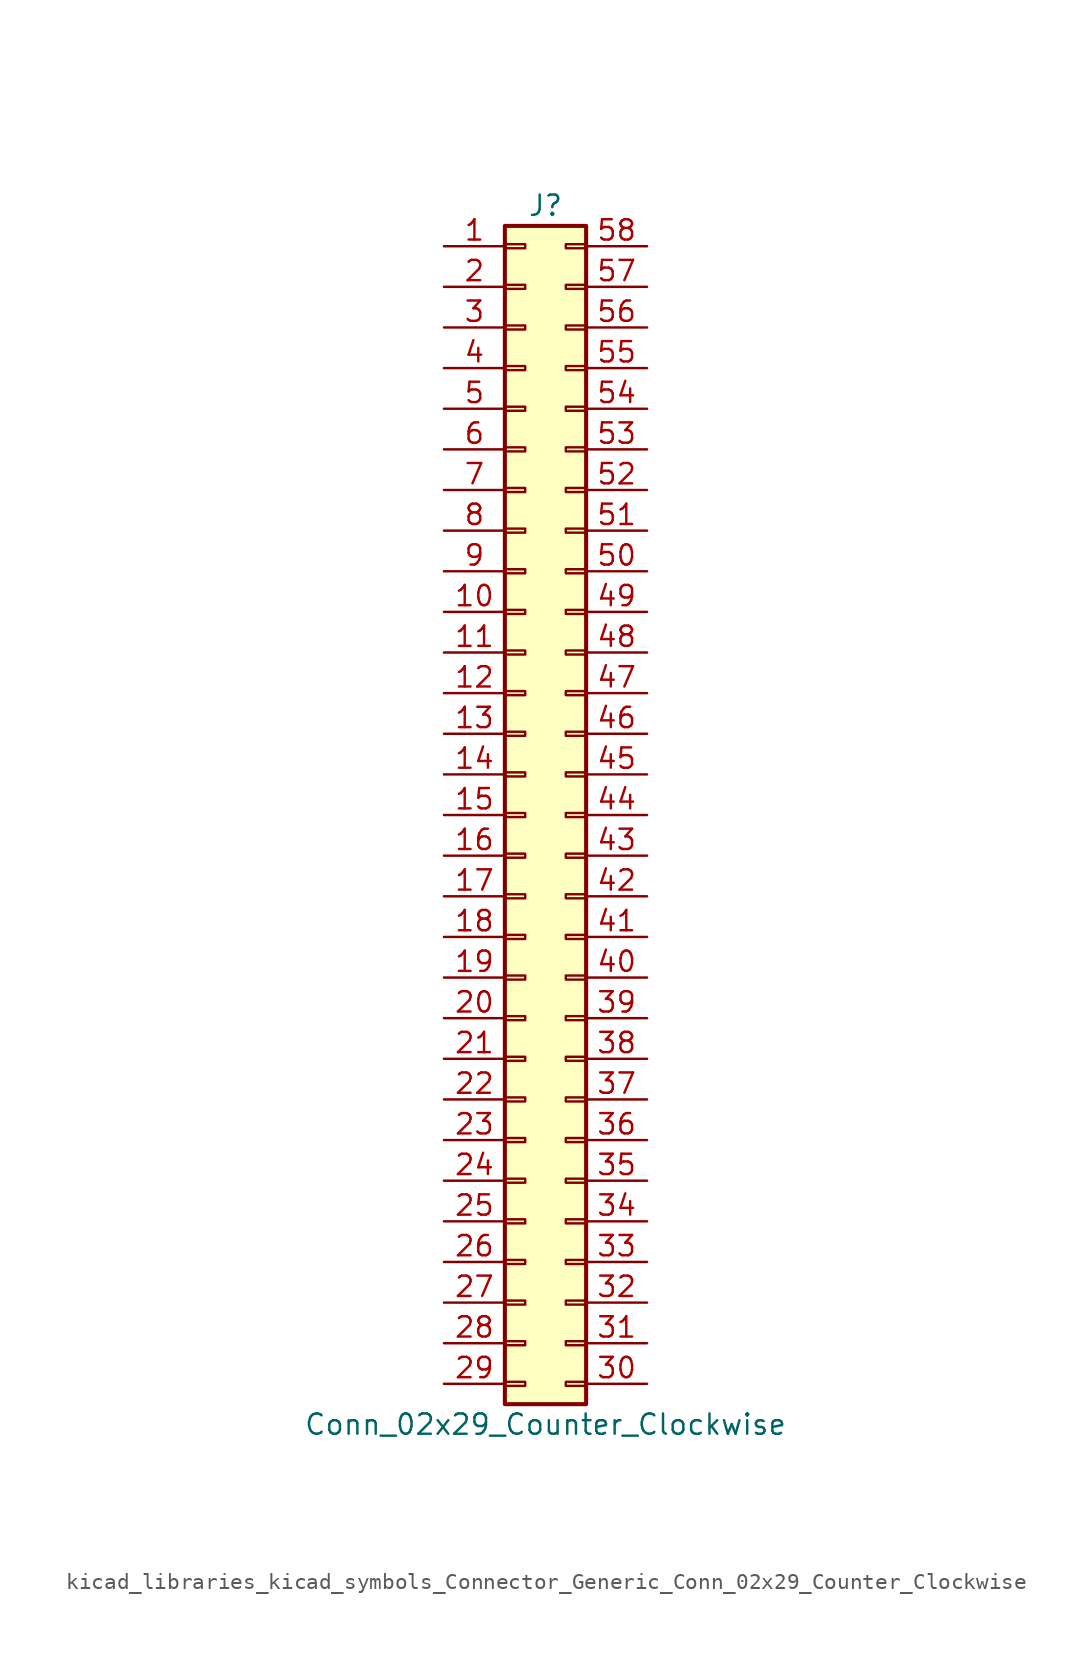
<source format=kicad_sym>
(kicad_symbol_lib
  (version 20220914)
  (generator kicad_symbol_editor)
  (symbol "kicad_libraries_kicad_symbols_Connector_Generic_Conn_02x29_Counter_Clockwise"
    (pin_names
      (offset 1.016) hide)
    (property "Reference" "J"
      (at 1.27 38.1 0)
      (effects (font (size 1.27 1.27))))
    (property "Value" "Conn_02x29_Counter_Clockwise"
      (at 1.27 -38.1 0)
      (effects (font (size 1.27 1.27))))
    (symbol "kicad_libraries_kicad_symbols_Connector_Generic_Conn_02x29_Counter_Clockwise_1_1"
      (rectangle (start -1.27 -35.433) (end 0 -35.687) (stroke (width 0.152) (type default)) (fill (type none)))
      (rectangle (start -1.27 -32.893) (end 0 -33.147) (stroke (width 0.152) (type default)) (fill (type none)))
      (rectangle (start -1.27 -30.353) (end 0 -30.607) (stroke (width 0.152) (type default)) (fill (type none)))
      (rectangle (start -1.27 -27.813) (end 0 -28.067) (stroke (width 0.152) (type default)) (fill (type none)))
      (rectangle (start -1.27 -25.273) (end 0 -25.527) (stroke (width 0.152) (type default)) (fill (type none)))
      (rectangle (start -1.27 -22.733) (end 0 -22.987) (stroke (width 0.152) (type default)) (fill (type none)))
      (rectangle (start -1.27 -20.193) (end 0 -20.447) (stroke (width 0.152) (type default)) (fill (type none)))
      (rectangle (start -1.27 -17.653) (end 0 -17.907) (stroke (width 0.152) (type default)) (fill (type none)))
      (rectangle (start -1.27 -15.113) (end 0 -15.367) (stroke (width 0.152) (type default)) (fill (type none)))
      (rectangle (start -1.27 -12.573) (end 0 -12.827) (stroke (width 0.152) (type default)) (fill (type none)))
      (rectangle (start -1.27 -10.033) (end 0 -10.287) (stroke (width 0.152) (type default)) (fill (type none)))
      (rectangle (start -1.27 -7.493) (end 0 -7.747) (stroke (width 0.152) (type default)) (fill (type none)))
      (rectangle (start -1.27 -4.953) (end 0 -5.207) (stroke (width 0.152) (type default)) (fill (type none)))
      (rectangle (start -1.27 -2.413) (end 0 -2.667) (stroke (width 0.152) (type default)) (fill (type none)))
      (rectangle (start -1.27 0.127) (end 0 -0.127) (stroke (width 0.152) (type default)) (fill (type none)))
      (rectangle (start -1.27 2.667) (end 0 2.413) (stroke (width 0.152) (type default)) (fill (type none)))
      (rectangle (start -1.27 5.207) (end 0 4.953) (stroke (width 0.152) (type default)) (fill (type none)))
      (rectangle (start -1.27 7.747) (end 0 7.493) (stroke (width 0.152) (type default)) (fill (type none)))
      (rectangle (start -1.27 10.287) (end 0 10.033) (stroke (width 0.152) (type default)) (fill (type none)))
      (rectangle (start -1.27 12.827) (end 0 12.573) (stroke (width 0.152) (type default)) (fill (type none)))
      (rectangle (start -1.27 15.367) (end 0 15.113) (stroke (width 0.152) (type default)) (fill (type none)))
      (rectangle (start -1.27 17.907) (end 0 17.653) (stroke (width 0.152) (type default)) (fill (type none)))
      (rectangle (start -1.27 20.447) (end 0 20.193) (stroke (width 0.152) (type default)) (fill (type none)))
      (rectangle (start -1.27 22.987) (end 0 22.733) (stroke (width 0.152) (type default)) (fill (type none)))
      (rectangle (start -1.27 25.527) (end 0 25.273) (stroke (width 0.152) (type default)) (fill (type none)))
      (rectangle (start -1.27 28.067) (end 0 27.813) (stroke (width 0.152) (type default)) (fill (type none)))
      (rectangle (start -1.27 30.607) (end 0 30.353) (stroke (width 0.152) (type default)) (fill (type none)))
      (rectangle (start -1.27 33.147) (end 0 32.893) (stroke (width 0.152) (type default)) (fill (type none)))
      (rectangle (start -1.27 35.687) (end 0 35.433) (stroke (width 0.152) (type default)) (fill (type none)))
      (rectangle (start -1.27 36.83) (end 3.81 -36.83) (stroke (width 0.254) (type default)) (fill (type background)))
      (rectangle (start 3.81 -35.433) (end 2.54 -35.687) (stroke (width 0.152) (type default)) (fill (type none)))
      (rectangle (start 3.81 -32.893) (end 2.54 -33.147) (stroke (width 0.152) (type default)) (fill (type none)))
      (rectangle (start 3.81 -30.353) (end 2.54 -30.607) (stroke (width 0.152) (type default)) (fill (type none)))
      (rectangle (start 3.81 -27.813) (end 2.54 -28.067) (stroke (width 0.152) (type default)) (fill (type none)))
      (rectangle (start 3.81 -25.273) (end 2.54 -25.527) (stroke (width 0.152) (type default)) (fill (type none)))
      (rectangle (start 3.81 -22.733) (end 2.54 -22.987) (stroke (width 0.152) (type default)) (fill (type none)))
      (rectangle (start 3.81 -20.193) (end 2.54 -20.447) (stroke (width 0.152) (type default)) (fill (type none)))
      (rectangle (start 3.81 -17.653) (end 2.54 -17.907) (stroke (width 0.152) (type default)) (fill (type none)))
      (rectangle (start 3.81 -15.113) (end 2.54 -15.367) (stroke (width 0.152) (type default)) (fill (type none)))
      (rectangle (start 3.81 -12.573) (end 2.54 -12.827) (stroke (width 0.152) (type default)) (fill (type none)))
      (rectangle (start 3.81 -10.033) (end 2.54 -10.287) (stroke (width 0.152) (type default)) (fill (type none)))
      (rectangle (start 3.81 -7.493) (end 2.54 -7.747) (stroke (width 0.152) (type default)) (fill (type none)))
      (rectangle (start 3.81 -4.953) (end 2.54 -5.207) (stroke (width 0.152) (type default)) (fill (type none)))
      (rectangle (start 3.81 -2.413) (end 2.54 -2.667) (stroke (width 0.152) (type default)) (fill (type none)))
      (rectangle (start 3.81 0.127) (end 2.54 -0.127) (stroke (width 0.152) (type default)) (fill (type none)))
      (rectangle (start 3.81 2.667) (end 2.54 2.413) (stroke (width 0.152) (type default)) (fill (type none)))
      (rectangle (start 3.81 5.207) (end 2.54 4.953) (stroke (width 0.152) (type default)) (fill (type none)))
      (rectangle (start 3.81 7.747) (end 2.54 7.493) (stroke (width 0.152) (type default)) (fill (type none)))
      (rectangle (start 3.81 10.287) (end 2.54 10.033) (stroke (width 0.152) (type default)) (fill (type none)))
      (rectangle (start 3.81 12.827) (end 2.54 12.573) (stroke (width 0.152) (type default)) (fill (type none)))
      (rectangle (start 3.81 15.367) (end 2.54 15.113) (stroke (width 0.152) (type default)) (fill (type none)))
      (rectangle (start 3.81 17.907) (end 2.54 17.653) (stroke (width 0.152) (type default)) (fill (type none)))
      (rectangle (start 3.81 20.447) (end 2.54 20.193) (stroke (width 0.152) (type default)) (fill (type none)))
      (rectangle (start 3.81 22.987) (end 2.54 22.733) (stroke (width 0.152) (type default)) (fill (type none)))
      (rectangle (start 3.81 25.527) (end 2.54 25.273) (stroke (width 0.152) (type default)) (fill (type none)))
      (rectangle (start 3.81 28.067) (end 2.54 27.813) (stroke (width 0.152) (type default)) (fill (type none)))
      (rectangle (start 3.81 30.607) (end 2.54 30.353) (stroke (width 0.152) (type default)) (fill (type none)))
      (rectangle (start 3.81 33.147) (end 2.54 32.893) (stroke (width 0.152) (type default)) (fill (type none)))
      (rectangle (start 3.81 35.687) (end 2.54 35.433) (stroke (width 0.152) (type default)) (fill (type none)))
      (pin passive line (at -5.08 35.56 0) (length 3.81) (name "Pin_1" (effects (font (size 1.27 1.27)))) (number "1" (effects (font (size 1.27 1.27)))))
      (pin passive line (at -5.08 12.7 0) (length 3.81) (name "Pin_10" (effects (font (size 1.27 1.27)))) (number "10" (effects (font (size 1.27 1.27)))))
      (pin passive line (at -5.08 10.16 0) (length 3.81) (name "Pin_11" (effects (font (size 1.27 1.27)))) (number "11" (effects (font (size 1.27 1.27)))))
      (pin passive line (at -5.08 7.62 0) (length 3.81) (name "Pin_12" (effects (font (size 1.27 1.27)))) (number "12" (effects (font (size 1.27 1.27)))))
      (pin passive line (at -5.08 5.08 0) (length 3.81) (name "Pin_13" (effects (font (size 1.27 1.27)))) (number "13" (effects (font (size 1.27 1.27)))))
      (pin passive line (at -5.08 2.54 0) (length 3.81) (name "Pin_14" (effects (font (size 1.27 1.27)))) (number "14" (effects (font (size 1.27 1.27)))))
      (pin passive line (at -5.08 0 0) (length 3.81) (name "Pin_15" (effects (font (size 1.27 1.27)))) (number "15" (effects (font (size 1.27 1.27)))))
      (pin passive line (at -5.08 -2.54 0) (length 3.81) (name "Pin_16" (effects (font (size 1.27 1.27)))) (number "16" (effects (font (size 1.27 1.27)))))
      (pin passive line (at -5.08 -5.08 0) (length 3.81) (name "Pin_17" (effects (font (size 1.27 1.27)))) (number "17" (effects (font (size 1.27 1.27)))))
      (pin passive line (at -5.08 -7.62 0) (length 3.81) (name "Pin_18" (effects (font (size 1.27 1.27)))) (number "18" (effects (font (size 1.27 1.27)))))
      (pin passive line (at -5.08 -10.16 0) (length 3.81) (name "Pin_19" (effects (font (size 1.27 1.27)))) (number "19" (effects (font (size 1.27 1.27)))))
      (pin passive line (at -5.08 33.02 0) (length 3.81) (name "Pin_2" (effects (font (size 1.27 1.27)))) (number "2" (effects (font (size 1.27 1.27)))))
      (pin passive line (at -5.08 -12.7 0) (length 3.81) (name "Pin_20" (effects (font (size 1.27 1.27)))) (number "20" (effects (font (size 1.27 1.27)))))
      (pin passive line (at -5.08 -15.24 0) (length 3.81) (name "Pin_21" (effects (font (size 1.27 1.27)))) (number "21" (effects (font (size 1.27 1.27)))))
      (pin passive line (at -5.08 -17.78 0) (length 3.81) (name "Pin_22" (effects (font (size 1.27 1.27)))) (number "22" (effects (font (size 1.27 1.27)))))
      (pin passive line (at -5.08 -20.32 0) (length 3.81) (name "Pin_23" (effects (font (size 1.27 1.27)))) (number "23" (effects (font (size 1.27 1.27)))))
      (pin passive line (at -5.08 -22.86 0) (length 3.81) (name "Pin_24" (effects (font (size 1.27 1.27)))) (number "24" (effects (font (size 1.27 1.27)))))
      (pin passive line (at -5.08 -25.4 0) (length 3.81) (name "Pin_25" (effects (font (size 1.27 1.27)))) (number "25" (effects (font (size 1.27 1.27)))))
      (pin passive line (at -5.08 -27.94 0) (length 3.81) (name "Pin_26" (effects (font (size 1.27 1.27)))) (number "26" (effects (font (size 1.27 1.27)))))
      (pin passive line (at -5.08 -30.48 0) (length 3.81) (name "Pin_27" (effects (font (size 1.27 1.27)))) (number "27" (effects (font (size 1.27 1.27)))))
      (pin passive line (at -5.08 -33.02 0) (length 3.81) (name "Pin_28" (effects (font (size 1.27 1.27)))) (number "28" (effects (font (size 1.27 1.27)))))
      (pin passive line (at -5.08 -35.56 0) (length 3.81) (name "Pin_29" (effects (font (size 1.27 1.27)))) (number "29" (effects (font (size 1.27 1.27)))))
      (pin passive line (at -5.08 30.48 0) (length 3.81) (name "Pin_3" (effects (font (size 1.27 1.27)))) (number "3" (effects (font (size 1.27 1.27)))))
      (pin passive line (at 7.62 -35.56 180) (length 3.81) (name "Pin_30" (effects (font (size 1.27 1.27)))) (number "30" (effects (font (size 1.27 1.27)))))
      (pin passive line (at 7.62 -33.02 180) (length 3.81) (name "Pin_31" (effects (font (size 1.27 1.27)))) (number "31" (effects (font (size 1.27 1.27)))))
      (pin passive line (at 7.62 -30.48 180) (length 3.81) (name "Pin_32" (effects (font (size 1.27 1.27)))) (number "32" (effects (font (size 1.27 1.27)))))
      (pin passive line (at 7.62 -27.94 180) (length 3.81) (name "Pin_33" (effects (font (size 1.27 1.27)))) (number "33" (effects (font (size 1.27 1.27)))))
      (pin passive line (at 7.62 -25.4 180) (length 3.81) (name "Pin_34" (effects (font (size 1.27 1.27)))) (number "34" (effects (font (size 1.27 1.27)))))
      (pin passive line (at 7.62 -22.86 180) (length 3.81) (name "Pin_35" (effects (font (size 1.27 1.27)))) (number "35" (effects (font (size 1.27 1.27)))))
      (pin passive line (at 7.62 -20.32 180) (length 3.81) (name "Pin_36" (effects (font (size 1.27 1.27)))) (number "36" (effects (font (size 1.27 1.27)))))
      (pin passive line (at 7.62 -17.78 180) (length 3.81) (name "Pin_37" (effects (font (size 1.27 1.27)))) (number "37" (effects (font (size 1.27 1.27)))))
      (pin passive line (at 7.62 -15.24 180) (length 3.81) (name "Pin_38" (effects (font (size 1.27 1.27)))) (number "38" (effects (font (size 1.27 1.27)))))
      (pin passive line (at 7.62 -12.7 180) (length 3.81) (name "Pin_39" (effects (font (size 1.27 1.27)))) (number "39" (effects (font (size 1.27 1.27)))))
      (pin passive line (at -5.08 27.94 0) (length 3.81) (name "Pin_4" (effects (font (size 1.27 1.27)))) (number "4" (effects (font (size 1.27 1.27)))))
      (pin passive line (at 7.62 -10.16 180) (length 3.81) (name "Pin_40" (effects (font (size 1.27 1.27)))) (number "40" (effects (font (size 1.27 1.27)))))
      (pin passive line (at 7.62 -7.62 180) (length 3.81) (name "Pin_41" (effects (font (size 1.27 1.27)))) (number "41" (effects (font (size 1.27 1.27)))))
      (pin passive line (at 7.62 -5.08 180) (length 3.81) (name "Pin_42" (effects (font (size 1.27 1.27)))) (number "42" (effects (font (size 1.27 1.27)))))
      (pin passive line (at 7.62 -2.54 180) (length 3.81) (name "Pin_43" (effects (font (size 1.27 1.27)))) (number "43" (effects (font (size 1.27 1.27)))))
      (pin passive line (at 7.62 0 180) (length 3.81) (name "Pin_44" (effects (font (size 1.27 1.27)))) (number "44" (effects (font (size 1.27 1.27)))))
      (pin passive line (at 7.62 2.54 180) (length 3.81) (name "Pin_45" (effects (font (size 1.27 1.27)))) (number "45" (effects (font (size 1.27 1.27)))))
      (pin passive line (at 7.62 5.08 180) (length 3.81) (name "Pin_46" (effects (font (size 1.27 1.27)))) (number "46" (effects (font (size 1.27 1.27)))))
      (pin passive line (at 7.62 7.62 180) (length 3.81) (name "Pin_47" (effects (font (size 1.27 1.27)))) (number "47" (effects (font (size 1.27 1.27)))))
      (pin passive line (at 7.62 10.16 180) (length 3.81) (name "Pin_48" (effects (font (size 1.27 1.27)))) (number "48" (effects (font (size 1.27 1.27)))))
      (pin passive line (at 7.62 12.7 180) (length 3.81) (name "Pin_49" (effects (font (size 1.27 1.27)))) (number "49" (effects (font (size 1.27 1.27)))))
      (pin passive line (at -5.08 25.4 0) (length 3.81) (name "Pin_5" (effects (font (size 1.27 1.27)))) (number "5" (effects (font (size 1.27 1.27)))))
      (pin passive line (at 7.62 15.24 180) (length 3.81) (name "Pin_50" (effects (font (size 1.27 1.27)))) (number "50" (effects (font (size 1.27 1.27)))))
      (pin passive line (at 7.62 17.78 180) (length 3.81) (name "Pin_51" (effects (font (size 1.27 1.27)))) (number "51" (effects (font (size 1.27 1.27)))))
      (pin passive line (at 7.62 20.32 180) (length 3.81) (name "Pin_52" (effects (font (size 1.27 1.27)))) (number "52" (effects (font (size 1.27 1.27)))))
      (pin passive line (at 7.62 22.86 180) (length 3.81) (name "Pin_53" (effects (font (size 1.27 1.27)))) (number "53" (effects (font (size 1.27 1.27)))))
      (pin passive line (at 7.62 25.4 180) (length 3.81) (name "Pin_54" (effects (font (size 1.27 1.27)))) (number "54" (effects (font (size 1.27 1.27)))))
      (pin passive line (at 7.62 27.94 180) (length 3.81) (name "Pin_55" (effects (font (size 1.27 1.27)))) (number "55" (effects (font (size 1.27 1.27)))))
      (pin passive line (at 7.62 30.48 180) (length 3.81) (name "Pin_56" (effects (font (size 1.27 1.27)))) (number "56" (effects (font (size 1.27 1.27)))))
      (pin passive line (at 7.62 33.02 180) (length 3.81) (name "Pin_57" (effects (font (size 1.27 1.27)))) (number "57" (effects (font (size 1.27 1.27)))))
      (pin passive line (at 7.62 35.56 180) (length 3.81) (name "Pin_58" (effects (font (size 1.27 1.27)))) (number "58" (effects (font (size 1.27 1.27)))))
      (pin passive line (at -5.08 22.86 0) (length 3.81) (name "Pin_6" (effects (font (size 1.27 1.27)))) (number "6" (effects (font (size 1.27 1.27)))))
      (pin passive line (at -5.08 20.32 0) (length 3.81) (name "Pin_7" (effects (font (size 1.27 1.27)))) (number "7" (effects (font (size 1.27 1.27)))))
      (pin passive line (at -5.08 17.78 0) (length 3.81) (name "Pin_8" (effects (font (size 1.27 1.27)))) (number "8" (effects (font (size 1.27 1.27)))))
      (pin passive line (at -5.08 15.24 0) (length 3.81) (name "Pin_9" (effects (font (size 1.27 1.27)))) (number "9" (effects (font (size 1.27 1.27))))))))
</source>
